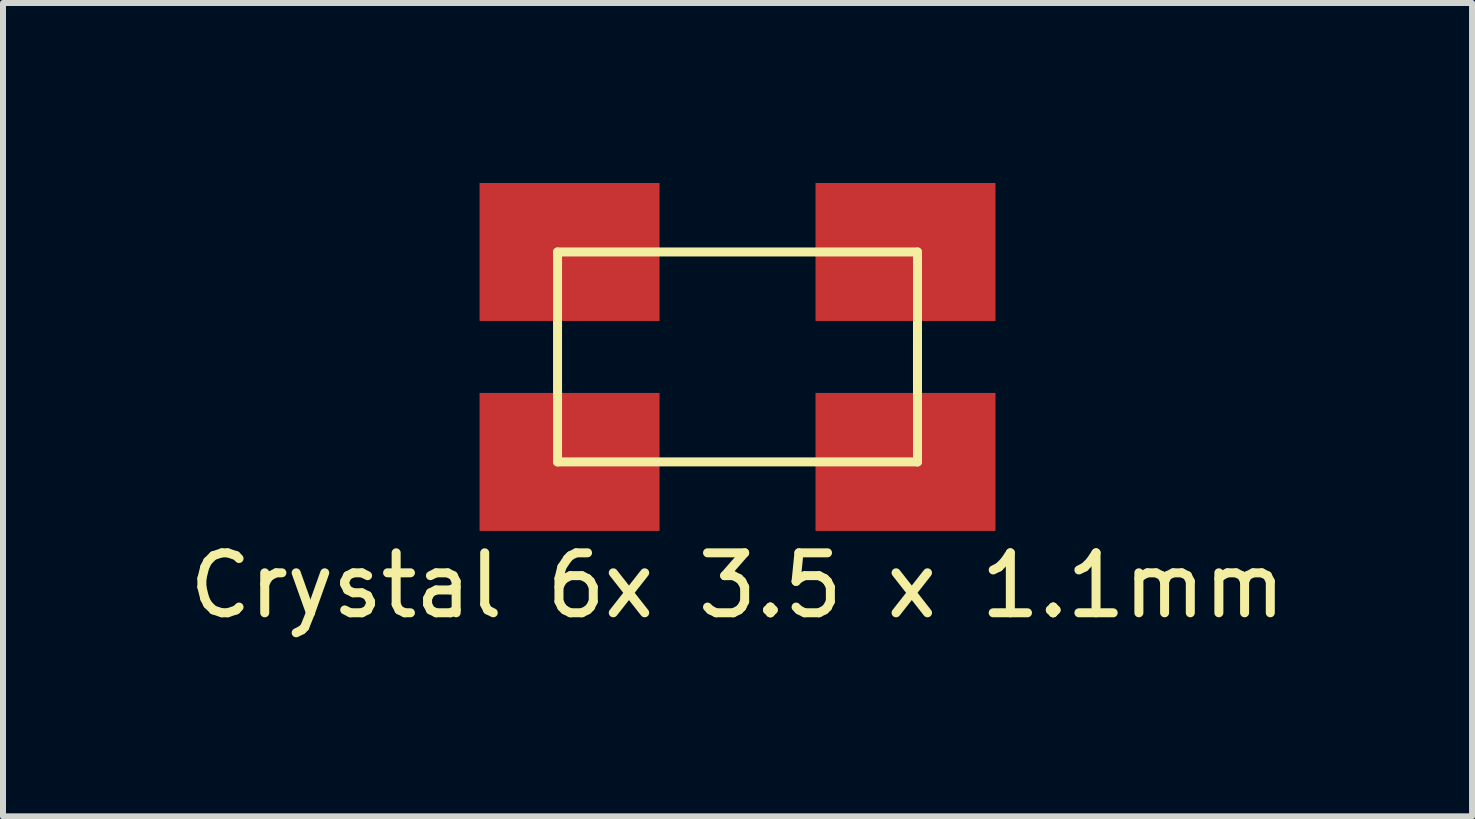
<source format=kicad_pcb>
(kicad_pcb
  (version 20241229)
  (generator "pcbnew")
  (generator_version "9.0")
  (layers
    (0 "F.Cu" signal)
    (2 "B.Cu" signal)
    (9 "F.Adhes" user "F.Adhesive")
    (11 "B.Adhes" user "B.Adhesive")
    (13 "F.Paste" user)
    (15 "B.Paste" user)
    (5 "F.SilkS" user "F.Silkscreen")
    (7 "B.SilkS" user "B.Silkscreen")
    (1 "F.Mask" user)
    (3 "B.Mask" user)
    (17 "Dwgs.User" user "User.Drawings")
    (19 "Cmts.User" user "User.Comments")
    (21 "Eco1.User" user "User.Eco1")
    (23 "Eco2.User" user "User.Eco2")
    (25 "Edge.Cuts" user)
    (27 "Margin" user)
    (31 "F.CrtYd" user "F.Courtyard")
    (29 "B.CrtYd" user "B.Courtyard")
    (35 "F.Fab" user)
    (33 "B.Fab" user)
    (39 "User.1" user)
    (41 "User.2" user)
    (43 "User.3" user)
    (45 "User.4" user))
  (footprint "Crystal 6x 3.5 x 1.1mm"
    (layer "F.Cu")
    (at 9.244 2.9)
    (property "Reference" "Crystal 6x 3.5 x 1.1mm" (at 0 3.81 0) (layer "F.SilkS") (effects (font (size 1 1) (thickness 0.15))))
    (attr through_hole)
    (fp_line (start -3 -1.75) (end 3 -1.75) (stroke (width 0.15) (type solid)) (layer "F.SilkS"))
    (fp_line (start -3 1.75) (end -3 -1.75) (stroke (width 0.15) (type solid)) (layer "F.SilkS"))
    (fp_line (start 3 -1.75) (end 3 1.75) (stroke (width 0.15) (type solid)) (layer "F.SilkS"))
    (fp_line (start 3 1.75) (end -3 1.75) (stroke (width 0.15) (type solid)) (layer "F.SilkS"))
    (pad "1" smd rect (at 2.8 -1.75) (size 3 2.3) (layers "F.Cu" "F.Mask" "F.Paste"))
    (pad "2" smd rect (at -2.8 1.75) (size 3 2.3) (layers "F.Cu" "F.Mask" "F.Paste"))
    (pad "3" smd rect (at -2.8 -1.75) (size 3 2.3) (layers "F.Cu" "F.Mask" "F.Paste"))
    (pad "3" smd rect (at 2.8 1.75) (size 3 2.3) (layers "F.Cu" "F.Mask" "F.Paste")))
  (gr_rect
    (start -3 -3)
    (end 21.488 10.558)
    (stroke (width 0.1) (type default))
    (fill no)
    (layer "Edge.Cuts")))
</source>
